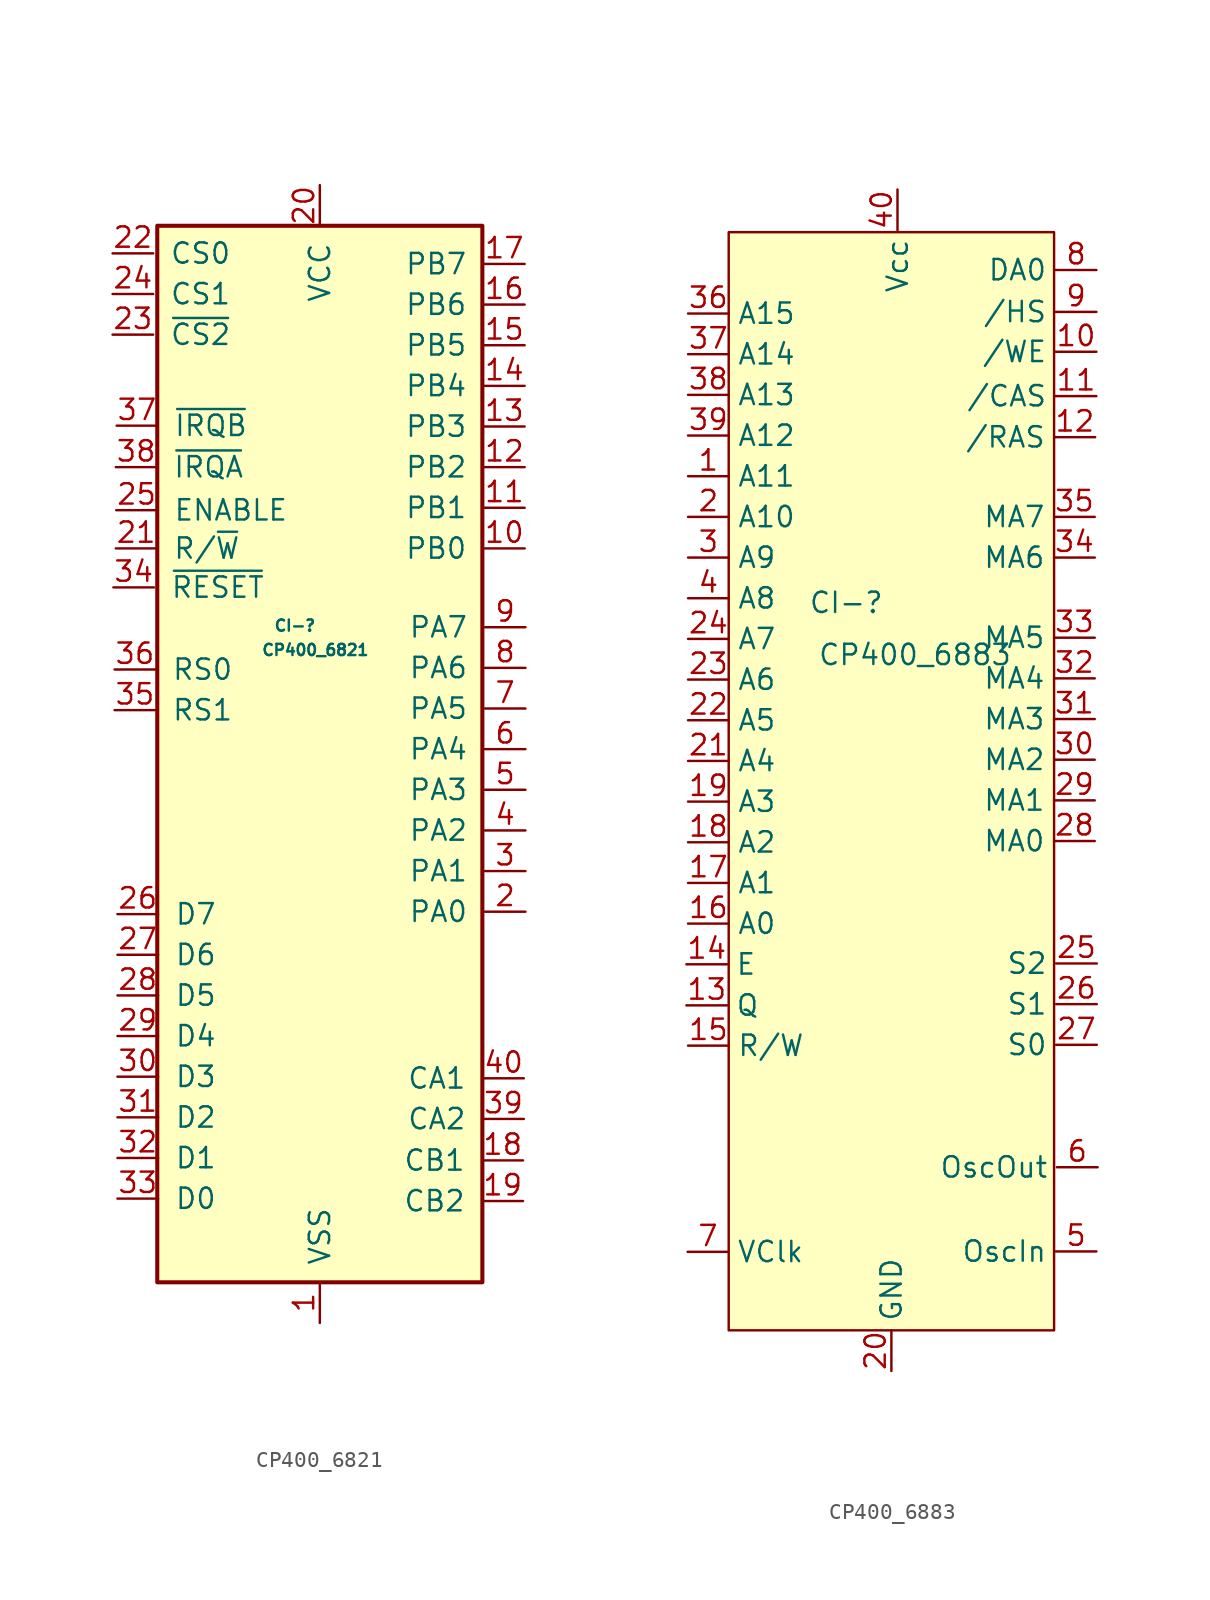
<source format=kicad_sym>
(kicad_symbol_lib
  (version 20211014)
  (generator kicad_symbol_editor)
  (symbol "CP400_6821"
    (pin_names
      (offset 1.016))
    (property "Reference" "CI-"
      (at -0.203 8.026 0)
      (effects (font (size 0.7 0.7)) (justify right)))
    (property "Value" "CP400_6821"
      (at 3.124 6.502 0)
      (effects (font (size 0.7 0.7)) (justify right)))
    (symbol "CP400_6821_0_1"
      (rectangle (start -10.16 -33.02) (end 10.16 33.02) (stroke (width 0.254) (type default) (color 0 0 0 0)) (fill (type background))))
    (symbol "CP400_6821_1_1"
      (pin power_in line (at 0 -35.56 90) (length 2.54) (name "VSS" (effects (font (size 1.27 1.27)))) (number "1" (effects (font (size 1.27 1.27)))))
      (pin bidirectional line (at 12.802 12.852 180) (length 2.54) (name "PB0" (effects (font (size 1.27 1.27)))) (number "10" (effects (font (size 1.27 1.27)))))
      (pin bidirectional line (at 12.802 15.392 180) (length 2.54) (name "PB1" (effects (font (size 1.27 1.27)))) (number "11" (effects (font (size 1.27 1.27)))))
      (pin bidirectional line (at 12.802 17.932 180) (length 2.54) (name "PB2" (effects (font (size 1.27 1.27)))) (number "12" (effects (font (size 1.27 1.27)))))
      (pin bidirectional line (at 12.802 20.472 180) (length 2.54) (name "PB3" (effects (font (size 1.27 1.27)))) (number "13" (effects (font (size 1.27 1.27)))))
      (pin bidirectional line (at 12.802 23.012 180) (length 2.54) (name "PB4" (effects (font (size 1.27 1.27)))) (number "14" (effects (font (size 1.27 1.27)))))
      (pin bidirectional line (at 12.802 25.552 180) (length 2.54) (name "PB5" (effects (font (size 1.27 1.27)))) (number "15" (effects (font (size 1.27 1.27)))))
      (pin bidirectional line (at 12.802 28.092 180) (length 2.54) (name "PB6" (effects (font (size 1.27 1.27)))) (number "16" (effects (font (size 1.27 1.27)))))
      (pin bidirectional line (at 12.802 30.632 180) (length 2.54) (name "PB7" (effects (font (size 1.27 1.27)))) (number "17" (effects (font (size 1.27 1.27)))))
      (pin input line (at 12.7 -25.4 180) (length 2.54) (name "CB1" (effects (font (size 1.27 1.27)))) (number "18" (effects (font (size 1.27 1.27)))))
      (pin bidirectional line (at 12.7 -27.94 180) (length 2.54) (name "CB2" (effects (font (size 1.27 1.27)))) (number "19" (effects (font (size 1.27 1.27)))))
      (pin bidirectional line (at 12.852 -9.855 180) (length 2.54) (name "PA0" (effects (font (size 1.27 1.27)))) (number "2" (effects (font (size 1.27 1.27)))))
      (pin power_in line (at 0 35.56 270) (length 2.54) (name "VCC" (effects (font (size 1.27 1.27)))) (number "20" (effects (font (size 1.27 1.27)))))
      (pin input line (at -12.751 12.852 0) (length 2.54) (name "R/~{W}" (effects (font (size 1.27 1.27)))) (number "21" (effects (font (size 1.27 1.27)))))
      (pin input line (at -12.954 31.293 0) (length 2.54) (name "CS0" (effects (font (size 1.27 1.27)))) (number "22" (effects (font (size 1.27 1.27)))))
      (pin input line (at -12.954 26.213 0) (length 2.54) (name "~{CS2}" (effects (font (size 1.27 1.27)))) (number "23" (effects (font (size 1.27 1.27)))))
      (pin input line (at -12.954 28.753 0) (length 2.54) (name "CS1" (effects (font (size 1.27 1.27)))) (number "24" (effects (font (size 1.27 1.27)))))
      (pin input line (at -12.725 15.24 0) (length 2.54) (name "ENABLE" (effects (font (size 1.27 1.27)))) (number "25" (effects (font (size 1.27 1.27)))))
      (pin bidirectional line (at -12.649 -10.008 0) (length 2.54) (name "D7" (effects (font (size 1.27 1.27)))) (number "26" (effects (font (size 1.27 1.27)))))
      (pin bidirectional line (at -12.649 -12.548 0) (length 2.54) (name "D6" (effects (font (size 1.27 1.27)))) (number "27" (effects (font (size 1.27 1.27)))))
      (pin bidirectional line (at -12.649 -15.088 0) (length 2.54) (name "D5" (effects (font (size 1.27 1.27)))) (number "28" (effects (font (size 1.27 1.27)))))
      (pin bidirectional line (at -12.649 -17.628 0) (length 2.54) (name "D4" (effects (font (size 1.27 1.27)))) (number "29" (effects (font (size 1.27 1.27)))))
      (pin bidirectional line (at 12.852 -7.315 180) (length 2.54) (name "PA1" (effects (font (size 1.27 1.27)))) (number "3" (effects (font (size 1.27 1.27)))))
      (pin bidirectional line (at -12.649 -20.168 0) (length 2.54) (name "D3" (effects (font (size 1.27 1.27)))) (number "30" (effects (font (size 1.27 1.27)))))
      (pin bidirectional line (at -12.649 -22.708 0) (length 2.54) (name "D2" (effects (font (size 1.27 1.27)))) (number "31" (effects (font (size 1.27 1.27)))))
      (pin bidirectional line (at -12.649 -25.248 0) (length 2.54) (name "D1" (effects (font (size 1.27 1.27)))) (number "32" (effects (font (size 1.27 1.27)))))
      (pin bidirectional line (at -12.649 -27.788 0) (length 2.54) (name "D0" (effects (font (size 1.27 1.27)))) (number "33" (effects (font (size 1.27 1.27)))))
      (pin input line (at -12.903 10.414 0) (length 2.54) (name "~{RESET}" (effects (font (size 1.27 1.27)))) (number "34" (effects (font (size 1.27 1.27)))))
      (pin input line (at -12.827 2.743 0) (length 2.54) (name "RS1" (effects (font (size 1.27 1.27)))) (number "35" (effects (font (size 1.27 1.27)))))
      (pin input line (at -12.827 5.283 0) (length 2.54) (name "RS0" (effects (font (size 1.27 1.27)))) (number "36" (effects (font (size 1.27 1.27)))))
      (pin open_collector line (at -12.7 20.523 0) (length 2.54) (name "~{IRQB}" (effects (font (size 1.27 1.27)))) (number "37" (effects (font (size 1.27 1.27)))))
      (pin open_collector line (at -12.751 17.932 0) (length 2.54) (name "~{IRQA}" (effects (font (size 1.27 1.27)))) (number "38" (effects (font (size 1.27 1.27)))))
      (pin bidirectional line (at 12.751 -22.809 180) (length 2.54) (name "CA2" (effects (font (size 1.27 1.27)))) (number "39" (effects (font (size 1.27 1.27)))))
      (pin bidirectional line (at 12.852 -4.775 180) (length 2.54) (name "PA2" (effects (font (size 1.27 1.27)))) (number "4" (effects (font (size 1.27 1.27)))))
      (pin input line (at 12.751 -20.269 180) (length 2.54) (name "CA1" (effects (font (size 1.27 1.27)))) (number "40" (effects (font (size 1.27 1.27)))))
      (pin bidirectional line (at 12.852 -2.235 180) (length 2.54) (name "PA3" (effects (font (size 1.27 1.27)))) (number "5" (effects (font (size 1.27 1.27)))))
      (pin bidirectional line (at 12.852 0.305 180) (length 2.54) (name "PA4" (effects (font (size 1.27 1.27)))) (number "6" (effects (font (size 1.27 1.27)))))
      (pin bidirectional line (at 12.852 2.845 180) (length 2.54) (name "PA5" (effects (font (size 1.27 1.27)))) (number "7" (effects (font (size 1.27 1.27)))))
      (pin bidirectional line (at 12.852 5.385 180) (length 2.54) (name "PA6" (effects (font (size 1.27 1.27)))) (number "8" (effects (font (size 1.27 1.27)))))
      (pin bidirectional line (at 12.852 7.925 180) (length 2.54) (name "PA7" (effects (font (size 1.27 1.27)))) (number "9" (effects (font (size 1.27 1.27)))))))
  (symbol "CP400_6883"
    (property "Reference" "CI-"
      (at 27.661 9.881 0)
      (effects (font (size 1.27 1.27))))
    (property "Value" "CP400_6883"
      (at 31.953 6.629 0)
      (effects (font (size 1.27 1.27))))
    (symbol "CP400_6883_0_1"
      (rectangle (start 20.32 33.02) (end 40.64 -35.56) (stroke (width 0) (type default) (color 0 0 0 0)) (fill (type background))))
    (symbol "CP400_6883_1_1"
      (pin input line (at 17.78 17.78 0) (length 2.54) (name "A11" (effects (font (size 1.27 1.27)))) (number "1" (effects (font (size 1.27 1.27)))))
      (pin input line (at 43.282 25.552 180) (length 2.54) (name "/WE" (effects (font (size 1.27 1.27)))) (number "10" (effects (font (size 1.27 1.27)))))
      (pin output line (at 43.282 22.784 180) (length 2.54) (name "/CAS" (effects (font (size 1.27 1.27)))) (number "11" (effects (font (size 1.27 1.27)))))
      (pin bidirectional line (at 43.205 20.218 180) (length 2.54) (name "/RAS" (effects (font (size 1.27 1.27)))) (number "12" (effects (font (size 1.27 1.27)))))
      (pin input line (at 17.678 -15.265 0) (length 2.54) (name "Q" (effects (font (size 1.27 1.27)))) (number "13" (effects (font (size 1.27 1.27)))))
      (pin input line (at 17.678 -12.7 0) (length 2.54) (name "E" (effects (font (size 1.27 1.27)))) (number "14" (effects (font (size 1.27 1.27)))))
      (pin bidirectional line (at 17.78 -17.78 0) (length 2.54) (name "R/W" (effects (font (size 1.27 1.27)))) (number "15" (effects (font (size 1.27 1.27)))))
      (pin input line (at 17.78 -10.16 0) (length 2.54) (name "A0" (effects (font (size 1.27 1.27)))) (number "16" (effects (font (size 1.27 1.27)))))
      (pin input line (at 17.78 -7.62 0) (length 2.54) (name "A1" (effects (font (size 1.27 1.27)))) (number "17" (effects (font (size 1.27 1.27)))))
      (pin input line (at 17.78 -5.08 0) (length 2.54) (name "A2" (effects (font (size 1.27 1.27)))) (number "18" (effects (font (size 1.27 1.27)))))
      (pin input line (at 17.78 -2.54 0) (length 2.54) (name "A3" (effects (font (size 1.27 1.27)))) (number "19" (effects (font (size 1.27 1.27)))))
      (pin input line (at 17.78 15.24 0) (length 2.54) (name "A10" (effects (font (size 1.27 1.27)))) (number "2" (effects (font (size 1.27 1.27)))))
      (pin power_in line (at 30.48 -38.1 90) (length 2.54) (name "GND" (effects (font (size 1.27 1.27)))) (number "20" (effects (font (size 1.27 1.27)))))
      (pin input line (at 17.78 0 0) (length 2.54) (name "A4" (effects (font (size 1.27 1.27)))) (number "21" (effects (font (size 1.27 1.27)))))
      (pin input line (at 17.78 2.54 0) (length 2.54) (name "A5" (effects (font (size 1.27 1.27)))) (number "22" (effects (font (size 1.27 1.27)))))
      (pin input line (at 17.78 5.08 0) (length 2.54) (name "A6" (effects (font (size 1.27 1.27)))) (number "23" (effects (font (size 1.27 1.27)))))
      (pin input line (at 17.78 7.62 0) (length 2.54) (name "A7" (effects (font (size 1.27 1.27)))) (number "24" (effects (font (size 1.27 1.27)))))
      (pin output line (at 43.307 -12.649 180) (length 2.54) (name "S2" (effects (font (size 1.27 1.27)))) (number "25" (effects (font (size 1.27 1.27)))))
      (pin output line (at 43.307 -15.189 180) (length 2.54) (name "S1" (effects (font (size 1.27 1.27)))) (number "26" (effects (font (size 1.27 1.27)))))
      (pin output line (at 43.307 -17.729 180) (length 2.54) (name "S0" (effects (font (size 1.27 1.27)))) (number "27" (effects (font (size 1.27 1.27)))))
      (pin output line (at 43.18 -5.004 180) (length 2.54) (name "MA0" (effects (font (size 1.27 1.27)))) (number "28" (effects (font (size 1.27 1.27)))))
      (pin output line (at 43.18 -2.464 180) (length 2.54) (name "MA1" (effects (font (size 1.27 1.27)))) (number "29" (effects (font (size 1.27 1.27)))))
      (pin input line (at 17.78 12.7 0) (length 2.54) (name "A9" (effects (font (size 1.27 1.27)))) (number "3" (effects (font (size 1.27 1.27)))))
      (pin output line (at 43.18 0.076 180) (length 2.54) (name "MA2" (effects (font (size 1.27 1.27)))) (number "30" (effects (font (size 1.27 1.27)))))
      (pin output line (at 43.18 2.616 180) (length 2.54) (name "MA3" (effects (font (size 1.27 1.27)))) (number "31" (effects (font (size 1.27 1.27)))))
      (pin output line (at 43.18 5.156 180) (length 2.54) (name "MA4" (effects (font (size 1.27 1.27)))) (number "32" (effects (font (size 1.27 1.27)))))
      (pin output line (at 43.18 7.696 180) (length 2.54) (name "MA5" (effects (font (size 1.27 1.27)))) (number "33" (effects (font (size 1.27 1.27)))))
      (pin output line (at 43.18 12.7 180) (length 2.54) (name "MA6" (effects (font (size 1.27 1.27)))) (number "34" (effects (font (size 1.27 1.27)))))
      (pin output line (at 43.18 15.24 180) (length 2.54) (name "MA7" (effects (font (size 1.27 1.27)))) (number "35" (effects (font (size 1.27 1.27)))))
      (pin input line (at 17.78 27.94 0) (length 2.54) (name "A15" (effects (font (size 1.27 1.27)))) (number "36" (effects (font (size 1.27 1.27)))))
      (pin input line (at 17.78 25.4 0) (length 2.54) (name "A14" (effects (font (size 1.27 1.27)))) (number "37" (effects (font (size 1.27 1.27)))))
      (pin input line (at 17.78 22.86 0) (length 2.54) (name "A13" (effects (font (size 1.27 1.27)))) (number "38" (effects (font (size 1.27 1.27)))))
      (pin input line (at 17.78 20.32 0) (length 2.54) (name "A12" (effects (font (size 1.27 1.27)))) (number "39" (effects (font (size 1.27 1.27)))))
      (pin input line (at 17.78 10.16 0) (length 2.54) (name "A8" (effects (font (size 1.27 1.27)))) (number "4" (effects (font (size 1.27 1.27)))))
      (pin power_in line (at 30.861 35.687 270) (length 2.54) (name "Vcc" (effects (font (size 1.27 1.27)))) (number "40" (effects (font (size 1.27 1.27)))))
      (pin input line (at 43.282 -30.632 180) (length 2.54) (name "OscIn" (effects (font (size 1.27 1.27)))) (number "5" (effects (font (size 1.27 1.27)))))
      (pin input line (at 43.358 -25.375 180) (length 2.54) (name "OscOut" (effects (font (size 1.27 1.27)))) (number "6" (effects (font (size 1.27 1.27)))))
      (pin output line (at 17.755 -30.658 0) (length 2.54) (name "VClk" (effects (font (size 1.27 1.27)))) (number "7" (effects (font (size 1.27 1.27)))))
      (pin input line (at 43.282 30.658 180) (length 2.54) (name "DA0" (effects (font (size 1.27 1.27)))) (number "8" (effects (font (size 1.27 1.27)))))
      (pin input line (at 43.282 28.042 180) (length 2.54) (name "/HS" (effects (font (size 1.27 1.27)))) (number "9" (effects (font (size 1.27 1.27))))))))
</source>
